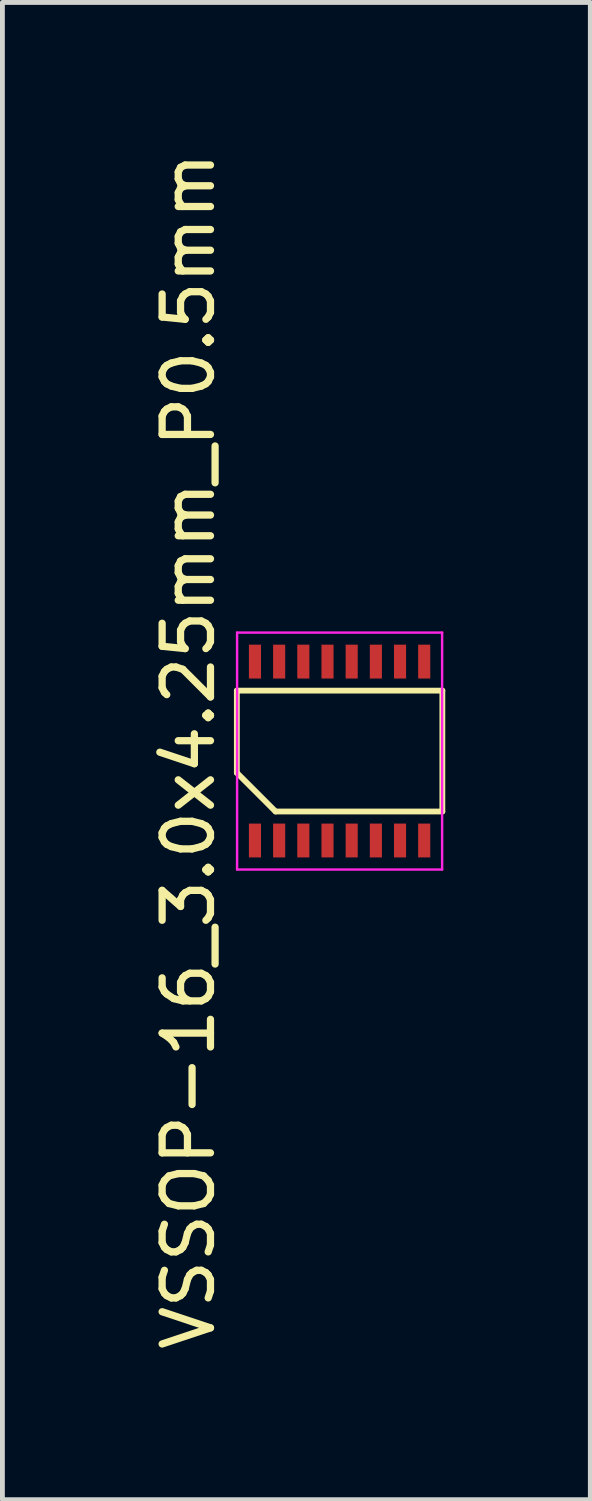
<source format=kicad_pcb>
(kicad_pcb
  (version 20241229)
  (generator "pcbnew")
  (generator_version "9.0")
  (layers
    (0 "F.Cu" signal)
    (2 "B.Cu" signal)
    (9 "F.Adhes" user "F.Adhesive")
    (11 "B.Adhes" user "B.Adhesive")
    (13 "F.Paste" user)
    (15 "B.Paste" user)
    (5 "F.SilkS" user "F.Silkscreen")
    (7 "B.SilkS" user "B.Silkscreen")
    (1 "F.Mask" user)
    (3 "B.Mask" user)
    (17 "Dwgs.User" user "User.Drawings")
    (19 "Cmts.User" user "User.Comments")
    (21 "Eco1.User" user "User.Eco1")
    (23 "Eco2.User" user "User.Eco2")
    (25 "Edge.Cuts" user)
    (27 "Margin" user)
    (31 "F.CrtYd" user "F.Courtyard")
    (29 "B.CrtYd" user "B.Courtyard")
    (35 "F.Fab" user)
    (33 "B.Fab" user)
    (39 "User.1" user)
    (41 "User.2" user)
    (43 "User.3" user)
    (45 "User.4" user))
  (footprint "VSSOP-16_3.0x4.25mm_P0.5mm"
    (layer "F.Cu")
    (at 3.973 12.482)
    (property "Reference" "VSSOP-16_3.0x4.25mm_P0.5mm" (at -3.125 0 90) (layer "F.SilkS") (effects (font (size 1 1) (thickness 0.15))))
    (attr smd)
    (fp_line (start -2.125 -1.25) (end 2.125 -1.25) (stroke (width 0.12) (type solid)) (layer "F.SilkS"))
    (fp_line (start -2.125 0.45) (end -2.125 -1.25) (stroke (width 0.12) (type solid)) (layer "F.SilkS"))
    (fp_line (start -1.325 1.25) (end -2.125 0.45) (stroke (width 0.12) (type solid)) (layer "F.SilkS"))
    (fp_line (start 2.125 -1.25) (end 2.125 1.25) (stroke (width 0.12) (type solid)) (layer "F.SilkS"))
    (fp_line (start 2.125 1.25) (end -1.325 1.25) (stroke (width 0.12) (type solid)) (layer "F.SilkS"))
    (fp_line (start -2.12 -2.45) (end 2.12 -2.45) (stroke (width 0.05) (type solid)) (layer "F.CrtYd"))
    (fp_line (start -2.12 2.45) (end -2.12 -2.45) (stroke (width 0.05) (type solid)) (layer "F.CrtYd"))
    (fp_line (start 2.12 -2.45) (end 2.12 2.45) (stroke (width 0.05) (type solid)) (layer "F.CrtYd"))
    (fp_line (start 2.12 2.45) (end -2.12 2.45) (stroke (width 0.05) (type solid)) (layer "F.CrtYd"))
    (pad "1" smd rect (at -1.75 1.85) (size 0.25 0.7) (layers "F.Cu" "F.Mask" "F.Paste"))
    (pad "2" smd rect (at -1.25 1.85) (size 0.25 0.7) (layers "F.Cu" "F.Mask" "F.Paste"))
    (pad "3" smd rect (at -0.75 1.85) (size 0.25 0.7) (layers "F.Cu" "F.Mask" "F.Paste"))
    (pad "4" smd rect (at -0.25 1.85) (size 0.25 0.7) (layers "F.Cu" "F.Mask" "F.Paste"))
    (pad "5" smd rect (at 0.25 1.85) (size 0.25 0.7) (layers "F.Cu" "F.Mask" "F.Paste"))
    (pad "6" smd rect (at 0.75 1.85) (size 0.25 0.7) (layers "F.Cu" "F.Mask" "F.Paste"))
    (pad "7" smd rect (at 1.25 1.85) (size 0.25 0.7) (layers "F.Cu" "F.Mask" "F.Paste"))
    (pad "8" smd rect (at 1.75 1.85) (size 0.25 0.7) (layers "F.Cu" "F.Mask" "F.Paste"))
    (pad "9" smd rect (at 1.75 -1.85) (size 0.25 0.7) (layers "F.Cu" "F.Mask" "F.Paste"))
    (pad "10" smd rect (at 1.25 -1.85) (size 0.25 0.7) (layers "F.Cu" "F.Mask" "F.Paste"))
    (pad "11" smd rect (at 0.75 -1.85) (size 0.25 0.7) (layers "F.Cu" "F.Mask" "F.Paste"))
    (pad "12" smd rect (at 0.25 -1.85) (size 0.25 0.7) (layers "F.Cu" "F.Mask" "F.Paste"))
    (pad "13" smd rect (at -0.25 -1.85) (size 0.25 0.7) (layers "F.Cu" "F.Mask" "F.Paste"))
    (pad "14" smd rect (at -0.75 -1.85) (size 0.25 0.7) (layers "F.Cu" "F.Mask" "F.Paste"))
    (pad "15" smd rect (at -1.25 -1.85) (size 0.25 0.7) (layers "F.Cu" "F.Mask" "F.Paste"))
    (pad "16" smd rect (at -1.75 -1.85) (size 0.25 0.7) (layers "F.Cu" "F.Mask" "F.Paste")))
  (gr_rect
    (start -3 -3)
    (end 9.158 27.964)
    (stroke (width 0.1) (type default))
    (fill no)
    (layer "Edge.Cuts")))
</source>
